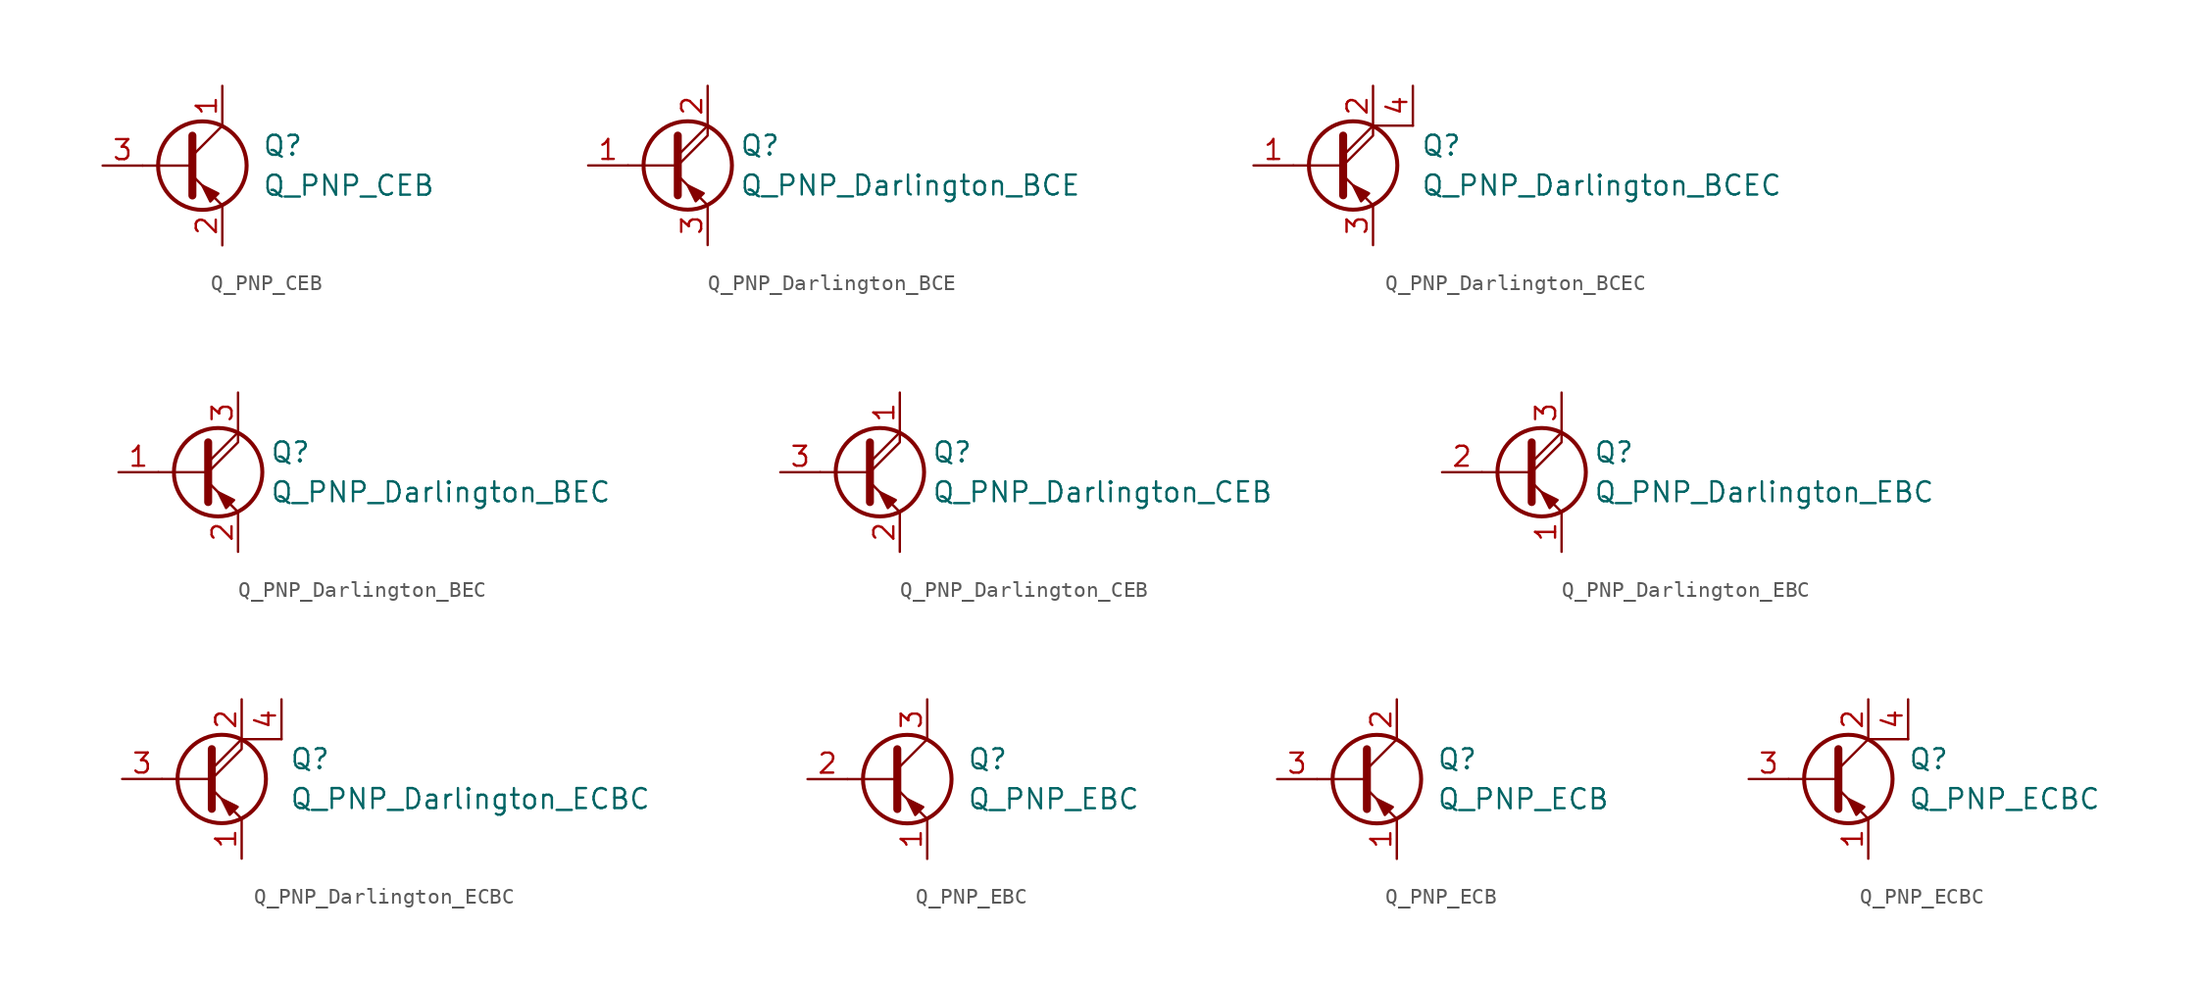
<source format=kicad_sym>
(kicad_symbol_lib
  (version 20231120)
  (generator "kicad_symbol_editor")
  (generator_version "8.0")
  (symbol "Q_PNP_CEB"
    (pin_names
      (offset 0) hide)
    (property "Reference" "Q"
      (at 5.08 1.27 0)
      (effects (font (size 1.27 1.27)) (justify left)))
    (property "Value" "Q_PNP_CEB"
      (at 5.08 -1.27 0)
      (effects (font (size 1.27 1.27)) (justify left)))
    (symbol "Q_PNP_CEB_0_1"
      (polyline (pts (xy -2.54 0) (xy 0.635 0)) (stroke (width 0) (type default)) (fill (type none)))
      (polyline (pts (xy 0.635 -0.635) (xy 2.54 -2.54)) (stroke (width 0) (type default)) (fill (type none)))
      (polyline (pts (xy 0.635 0.635) (xy 2.54 2.54)) (stroke (width 0) (type default)) (fill (type none)))
      (polyline (pts (xy 0.635 1.905) (xy 0.635 -1.905)) (stroke (width 0.508) (type default)) (fill (type none)))
      (polyline (pts (xy 2.286 -1.778) (xy 1.778 -2.286) (xy 1.27 -1.27) (xy 2.286 -1.778)) (stroke (width 0) (type default)) (fill (type outline)))
      (circle (center 1.27 0) (radius 2.819) (stroke (width 0.254) (type default)) (fill (type none))))
    (symbol "Q_PNP_CEB_1_1"
      (pin passive line (at 2.54 5.08 270) (length 2.54) (name "C" (effects (font (size 1.27 1.27)))) (number "1" (effects (font (size 1.27 1.27)))))
      (pin passive line (at 2.54 -5.08 90) (length 2.54) (name "E" (effects (font (size 1.27 1.27)))) (number "2" (effects (font (size 1.27 1.27)))))
      (pin input line (at -5.08 0 0) (length 2.54) (name "B" (effects (font (size 1.27 1.27)))) (number "3" (effects (font (size 1.27 1.27)))))))
  (symbol "Q_PNP_Darlington_BCE"
    (pin_names
      (offset 0) hide)
    (property "Reference" "Q"
      (at 4.572 1.27 0)
      (effects (font (size 1.27 1.27)) (justify left)))
    (property "Value" "Q_PNP_Darlington_BCE"
      (at 4.572 -1.27 0)
      (effects (font (size 1.27 1.27)) (justify left)))
    (symbol "Q_PNP_Darlington_BCE_0_1"
      (polyline (pts (xy -2.54 0) (xy 0.635 0)) (stroke (width 0) (type default)) (fill (type none)))
      (polyline (pts (xy 0.635 -0.635) (xy 2.54 -2.54)) (stroke (width 0) (type default)) (fill (type none)))
      (polyline (pts (xy 0.635 0.635) (xy 2.54 2.54)) (stroke (width 0) (type default)) (fill (type none)))
      (polyline (pts (xy 0.635 1.905) (xy 0.635 -1.905)) (stroke (width 0.508) (type default)) (fill (type none)))
      (polyline (pts (xy 0.635 0) (xy 2.54 1.905) (xy 2.54 2.54)) (stroke (width 0) (type default)) (fill (type none)))
      (polyline (pts (xy 2.286 -1.778) (xy 1.778 -2.286) (xy 1.27 -1.27) (xy 2.286 -1.778)) (stroke (width 0) (type default)) (fill (type outline)))
      (circle (center 1.27 0) (radius 2.819) (stroke (width 0.254) (type default)) (fill (type none))))
    (symbol "Q_PNP_Darlington_BCE_1_1"
      (pin input line (at -5.08 0 0) (length 2.54) (name "B" (effects (font (size 1.27 1.27)))) (number "1" (effects (font (size 1.27 1.27)))))
      (pin passive line (at 2.54 5.08 270) (length 2.54) (name "C" (effects (font (size 1.27 1.27)))) (number "2" (effects (font (size 1.27 1.27)))))
      (pin passive line (at 2.54 -5.08 90) (length 2.54) (name "E" (effects (font (size 1.27 1.27)))) (number "3" (effects (font (size 1.27 1.27)))))))
  (symbol "Q_PNP_Darlington_BCEC"
    (pin_names
      (offset 0) hide)
    (property "Reference" "Q"
      (at 5.588 1.27 0)
      (effects (font (size 1.27 1.27)) (justify left)))
    (property "Value" "Q_PNP_Darlington_BCEC"
      (at 5.588 -1.27 0)
      (effects (font (size 1.27 1.27)) (justify left)))
    (symbol "Q_PNP_Darlington_BCEC_0_1"
      (polyline (pts (xy -2.54 0) (xy 0.635 0)) (stroke (width 0) (type default)) (fill (type none)))
      (polyline (pts (xy 0.635 -0.635) (xy 2.54 -2.54)) (stroke (width 0) (type default)) (fill (type none)))
      (polyline (pts (xy 0.635 0.635) (xy 2.54 2.54)) (stroke (width 0) (type default)) (fill (type none)))
      (polyline (pts (xy 0.635 1.905) (xy 0.635 -1.905)) (stroke (width 0.508) (type default)) (fill (type none)))
      (polyline (pts (xy 5.08 2.54) (xy 2.54 2.54)) (stroke (width 0) (type default)) (fill (type none)))
      (polyline (pts (xy 0.635 0) (xy 2.54 1.905) (xy 2.54 2.54)) (stroke (width 0) (type default)) (fill (type none)))
      (polyline (pts (xy 2.286 -1.778) (xy 1.778 -2.286) (xy 1.27 -1.27) (xy 2.286 -1.778)) (stroke (width 0) (type default)) (fill (type outline)))
      (circle (center 1.27 0) (radius 2.819) (stroke (width 0.254) (type default)) (fill (type none))))
    (symbol "Q_PNP_Darlington_BCEC_1_1"
      (pin input line (at -5.08 0 0) (length 2.54) (name "B" (effects (font (size 1.27 1.27)))) (number "1" (effects (font (size 1.27 1.27)))))
      (pin passive line (at 2.54 5.08 270) (length 2.54) (name "C" (effects (font (size 1.27 1.27)))) (number "2" (effects (font (size 1.27 1.27)))))
      (pin passive line (at 2.54 -5.08 90) (length 2.54) (name "E" (effects (font (size 1.27 1.27)))) (number "3" (effects (font (size 1.27 1.27)))))
      (pin passive line (at 5.08 5.08 270) (length 2.54) (name "C" (effects (font (size 1.27 1.27)))) (number "4" (effects (font (size 1.27 1.27)))))))
  (symbol "Q_PNP_Darlington_BEC"
    (pin_names
      (offset 0) hide)
    (property "Reference" "Q"
      (at 4.572 1.27 0)
      (effects (font (size 1.27 1.27)) (justify left)))
    (property "Value" "Q_PNP_Darlington_BEC"
      (at 4.572 -1.27 0)
      (effects (font (size 1.27 1.27)) (justify left)))
    (symbol "Q_PNP_Darlington_BEC_0_1"
      (polyline (pts (xy -2.54 0) (xy 0.635 0)) (stroke (width 0) (type default)) (fill (type none)))
      (polyline (pts (xy 0.635 -0.635) (xy 2.54 -2.54)) (stroke (width 0) (type default)) (fill (type none)))
      (polyline (pts (xy 0.635 0.635) (xy 2.54 2.54)) (stroke (width 0) (type default)) (fill (type none)))
      (polyline (pts (xy 0.635 1.905) (xy 0.635 -1.905)) (stroke (width 0.508) (type default)) (fill (type none)))
      (polyline (pts (xy 0.635 0) (xy 2.54 1.905) (xy 2.54 2.54)) (stroke (width 0) (type default)) (fill (type none)))
      (polyline (pts (xy 2.286 -1.778) (xy 1.778 -2.286) (xy 1.27 -1.27) (xy 2.286 -1.778)) (stroke (width 0) (type default)) (fill (type outline)))
      (circle (center 1.27 0) (radius 2.819) (stroke (width 0.254) (type default)) (fill (type none))))
    (symbol "Q_PNP_Darlington_BEC_1_1"
      (pin input line (at -5.08 0 0) (length 2.54) (name "B" (effects (font (size 1.27 1.27)))) (number "1" (effects (font (size 1.27 1.27)))))
      (pin passive line (at 2.54 -5.08 90) (length 2.54) (name "E" (effects (font (size 1.27 1.27)))) (number "2" (effects (font (size 1.27 1.27)))))
      (pin passive line (at 2.54 5.08 270) (length 2.54) (name "C" (effects (font (size 1.27 1.27)))) (number "3" (effects (font (size 1.27 1.27)))))))
  (symbol "Q_PNP_Darlington_CEB"
    (pin_names
      (offset 0) hide)
    (property "Reference" "Q"
      (at 4.572 1.27 0)
      (effects (font (size 1.27 1.27)) (justify left)))
    (property "Value" "Q_PNP_Darlington_CEB"
      (at 4.572 -1.27 0)
      (effects (font (size 1.27 1.27)) (justify left)))
    (symbol "Q_PNP_Darlington_CEB_0_1"
      (polyline (pts (xy -2.54 0) (xy 0.635 0)) (stroke (width 0) (type default)) (fill (type none)))
      (polyline (pts (xy 0.635 -0.635) (xy 2.54 -2.54)) (stroke (width 0) (type default)) (fill (type none)))
      (polyline (pts (xy 0.635 0.635) (xy 2.54 2.54)) (stroke (width 0) (type default)) (fill (type none)))
      (polyline (pts (xy 0.635 1.905) (xy 0.635 -1.905)) (stroke (width 0.508) (type default)) (fill (type none)))
      (polyline (pts (xy 0.635 0) (xy 2.54 1.905) (xy 2.54 2.54)) (stroke (width 0) (type default)) (fill (type none)))
      (polyline (pts (xy 2.286 -1.778) (xy 1.778 -2.286) (xy 1.27 -1.27) (xy 2.286 -1.778)) (stroke (width 0) (type default)) (fill (type outline)))
      (circle (center 1.27 0) (radius 2.819) (stroke (width 0.254) (type default)) (fill (type none))))
    (symbol "Q_PNP_Darlington_CEB_1_1"
      (pin passive line (at 2.54 5.08 270) (length 2.54) (name "C" (effects (font (size 1.27 1.27)))) (number "1" (effects (font (size 1.27 1.27)))))
      (pin passive line (at 2.54 -5.08 90) (length 2.54) (name "E" (effects (font (size 1.27 1.27)))) (number "2" (effects (font (size 1.27 1.27)))))
      (pin input line (at -5.08 0 0) (length 2.54) (name "B" (effects (font (size 1.27 1.27)))) (number "3" (effects (font (size 1.27 1.27)))))))
  (symbol "Q_PNP_Darlington_EBC"
    (pin_names
      (offset 0) hide)
    (property "Reference" "Q"
      (at 4.572 1.27 0)
      (effects (font (size 1.27 1.27)) (justify left)))
    (property "Value" "Q_PNP_Darlington_EBC"
      (at 4.572 -1.27 0)
      (effects (font (size 1.27 1.27)) (justify left)))
    (symbol "Q_PNP_Darlington_EBC_0_1"
      (polyline (pts (xy -2.54 0) (xy 0.635 0)) (stroke (width 0) (type default)) (fill (type none)))
      (polyline (pts (xy 0.635 -0.635) (xy 2.54 -2.54)) (stroke (width 0) (type default)) (fill (type none)))
      (polyline (pts (xy 0.635 0.635) (xy 2.54 2.54)) (stroke (width 0) (type default)) (fill (type none)))
      (polyline (pts (xy 0.635 1.905) (xy 0.635 -1.905)) (stroke (width 0.508) (type default)) (fill (type none)))
      (polyline (pts (xy 0.635 0) (xy 2.54 1.905) (xy 2.54 2.54)) (stroke (width 0) (type default)) (fill (type none)))
      (polyline (pts (xy 2.286 -1.778) (xy 1.778 -2.286) (xy 1.27 -1.27) (xy 2.286 -1.778)) (stroke (width 0) (type default)) (fill (type outline)))
      (circle (center 1.27 0) (radius 2.819) (stroke (width 0.254) (type default)) (fill (type none))))
    (symbol "Q_PNP_Darlington_EBC_1_1"
      (pin passive line (at 2.54 -5.08 90) (length 2.54) (name "E" (effects (font (size 1.27 1.27)))) (number "1" (effects (font (size 1.27 1.27)))))
      (pin input line (at -5.08 0 0) (length 2.54) (name "B" (effects (font (size 1.27 1.27)))) (number "2" (effects (font (size 1.27 1.27)))))
      (pin passive line (at 2.54 5.08 270) (length 2.54) (name "C" (effects (font (size 1.27 1.27)))) (number "3" (effects (font (size 1.27 1.27)))))))
  (symbol "Q_PNP_Darlington_ECBC"
    (pin_names
      (offset 0) hide)
    (property "Reference" "Q"
      (at 5.588 1.27 0)
      (effects (font (size 1.27 1.27)) (justify left)))
    (property "Value" "Q_PNP_Darlington_ECBC"
      (at 5.588 -1.27 0)
      (effects (font (size 1.27 1.27)) (justify left)))
    (symbol "Q_PNP_Darlington_ECBC_0_1"
      (polyline (pts (xy -2.54 0) (xy 0.635 0)) (stroke (width 0) (type default)) (fill (type none)))
      (polyline (pts (xy 0.635 -0.635) (xy 2.54 -2.54)) (stroke (width 0) (type default)) (fill (type none)))
      (polyline (pts (xy 0.635 0.635) (xy 2.54 2.54)) (stroke (width 0) (type default)) (fill (type none)))
      (polyline (pts (xy 0.635 1.905) (xy 0.635 -1.905)) (stroke (width 0.508) (type default)) (fill (type none)))
      (polyline (pts (xy 5.08 2.54) (xy 2.54 2.54)) (stroke (width 0) (type default)) (fill (type none)))
      (polyline (pts (xy 0.635 0) (xy 2.54 1.905) (xy 2.54 2.54)) (stroke (width 0) (type default)) (fill (type none)))
      (polyline (pts (xy 2.286 -1.778) (xy 1.778 -2.286) (xy 1.27 -1.27) (xy 2.286 -1.778)) (stroke (width 0) (type default)) (fill (type outline)))
      (circle (center 1.27 0) (radius 2.819) (stroke (width 0.254) (type default)) (fill (type none))))
    (symbol "Q_PNP_Darlington_ECBC_1_1"
      (pin passive line (at 2.54 -5.08 90) (length 2.54) (name "E" (effects (font (size 1.27 1.27)))) (number "1" (effects (font (size 1.27 1.27)))))
      (pin passive line (at 2.54 5.08 270) (length 2.54) (name "C" (effects (font (size 1.27 1.27)))) (number "2" (effects (font (size 1.27 1.27)))))
      (pin input line (at -5.08 0 0) (length 2.54) (name "B" (effects (font (size 1.27 1.27)))) (number "3" (effects (font (size 1.27 1.27)))))
      (pin passive line (at 5.08 5.08 270) (length 2.54) (name "C" (effects (font (size 1.27 1.27)))) (number "4" (effects (font (size 1.27 1.27)))))))
  (symbol "Q_PNP_EBC"
    (pin_names
      (offset 0) hide)
    (property "Reference" "Q"
      (at 5.08 1.27 0)
      (effects (font (size 1.27 1.27)) (justify left)))
    (property "Value" "Q_PNP_EBC"
      (at 5.08 -1.27 0)
      (effects (font (size 1.27 1.27)) (justify left)))
    (symbol "Q_PNP_EBC_0_1"
      (polyline (pts (xy -2.54 0) (xy 0.635 0)) (stroke (width 0) (type default)) (fill (type none)))
      (polyline (pts (xy 0.635 -0.635) (xy 2.54 -2.54)) (stroke (width 0) (type default)) (fill (type none)))
      (polyline (pts (xy 0.635 0.635) (xy 2.54 2.54)) (stroke (width 0) (type default)) (fill (type none)))
      (polyline (pts (xy 0.635 1.905) (xy 0.635 -1.905)) (stroke (width 0.508) (type default)) (fill (type none)))
      (polyline (pts (xy 2.286 -1.778) (xy 1.778 -2.286) (xy 1.27 -1.27) (xy 2.286 -1.778)) (stroke (width 0) (type default)) (fill (type outline)))
      (circle (center 1.27 0) (radius 2.819) (stroke (width 0.254) (type default)) (fill (type none))))
    (symbol "Q_PNP_EBC_1_1"
      (pin passive line (at 2.54 -5.08 90) (length 2.54) (name "E" (effects (font (size 1.27 1.27)))) (number "1" (effects (font (size 1.27 1.27)))))
      (pin input line (at -5.08 0 0) (length 2.54) (name "B" (effects (font (size 1.27 1.27)))) (number "2" (effects (font (size 1.27 1.27)))))
      (pin passive line (at 2.54 5.08 270) (length 2.54) (name "C" (effects (font (size 1.27 1.27)))) (number "3" (effects (font (size 1.27 1.27)))))))
  (symbol "Q_PNP_ECB"
    (pin_names
      (offset 0) hide)
    (property "Reference" "Q"
      (at 5.08 1.27 0)
      (effects (font (size 1.27 1.27)) (justify left)))
    (property "Value" "Q_PNP_ECB"
      (at 5.08 -1.27 0)
      (effects (font (size 1.27 1.27)) (justify left)))
    (symbol "Q_PNP_ECB_0_1"
      (polyline (pts (xy -2.54 0) (xy 0.635 0)) (stroke (width 0) (type default)) (fill (type none)))
      (polyline (pts (xy 0.635 -0.635) (xy 2.54 -2.54)) (stroke (width 0) (type default)) (fill (type none)))
      (polyline (pts (xy 0.635 0.635) (xy 2.54 2.54)) (stroke (width 0) (type default)) (fill (type none)))
      (polyline (pts (xy 0.635 1.905) (xy 0.635 -1.905)) (stroke (width 0.508) (type default)) (fill (type none)))
      (polyline (pts (xy 2.286 -1.778) (xy 1.778 -2.286) (xy 1.27 -1.27) (xy 2.286 -1.778)) (stroke (width 0) (type default)) (fill (type outline)))
      (circle (center 1.27 0) (radius 2.819) (stroke (width 0.254) (type default)) (fill (type none))))
    (symbol "Q_PNP_ECB_1_1"
      (pin passive line (at 2.54 -5.08 90) (length 2.54) (name "E" (effects (font (size 1.27 1.27)))) (number "1" (effects (font (size 1.27 1.27)))))
      (pin passive line (at 2.54 5.08 270) (length 2.54) (name "C" (effects (font (size 1.27 1.27)))) (number "2" (effects (font (size 1.27 1.27)))))
      (pin input line (at -5.08 0 0) (length 2.54) (name "B" (effects (font (size 1.27 1.27)))) (number "3" (effects (font (size 1.27 1.27)))))))
  (symbol "Q_PNP_ECBC"
    (pin_names
      (offset 0) hide)
    (property "Reference" "Q"
      (at 5.08 1.27 0)
      (effects (font (size 1.27 1.27)) (justify left)))
    (property "Value" "Q_PNP_ECBC"
      (at 5.08 -1.27 0)
      (effects (font (size 1.27 1.27)) (justify left)))
    (symbol "Q_PNP_ECBC_0_1"
      (polyline (pts (xy -2.54 0) (xy 0.635 0)) (stroke (width 0) (type default)) (fill (type none)))
      (polyline (pts (xy 0.635 -0.635) (xy 2.54 -2.54)) (stroke (width 0) (type default)) (fill (type none)))
      (polyline (pts (xy 0.635 0.635) (xy 2.54 2.54)) (stroke (width 0) (type default)) (fill (type none)))
      (polyline (pts (xy 0.635 1.905) (xy 0.635 -1.905)) (stroke (width 0.508) (type default)) (fill (type none)))
      (polyline (pts (xy 5.08 2.54) (xy 2.54 2.54)) (stroke (width 0) (type default)) (fill (type none)))
      (polyline (pts (xy 2.286 -1.778) (xy 1.778 -2.286) (xy 1.27 -1.27) (xy 2.286 -1.778)) (stroke (width 0) (type default)) (fill (type outline)))
      (circle (center 1.27 0) (radius 2.819) (stroke (width 0.254) (type default)) (fill (type none))))
    (symbol "Q_PNP_ECBC_1_1"
      (pin passive line (at 2.54 -5.08 90) (length 2.54) (name "E" (effects (font (size 1.27 1.27)))) (number "1" (effects (font (size 1.27 1.27)))))
      (pin passive line (at 2.54 5.08 270) (length 2.54) (name "C" (effects (font (size 1.27 1.27)))) (number "2" (effects (font (size 1.27 1.27)))))
      (pin input line (at -5.08 0 0) (length 2.54) (name "B" (effects (font (size 1.27 1.27)))) (number "3" (effects (font (size 1.27 1.27)))))
      (pin passive line (at 5.08 5.08 270) (length 2.54) (name "C" (effects (font (size 1.27 1.27)))) (number "4" (effects (font (size 1.27 1.27))))))))
</source>
